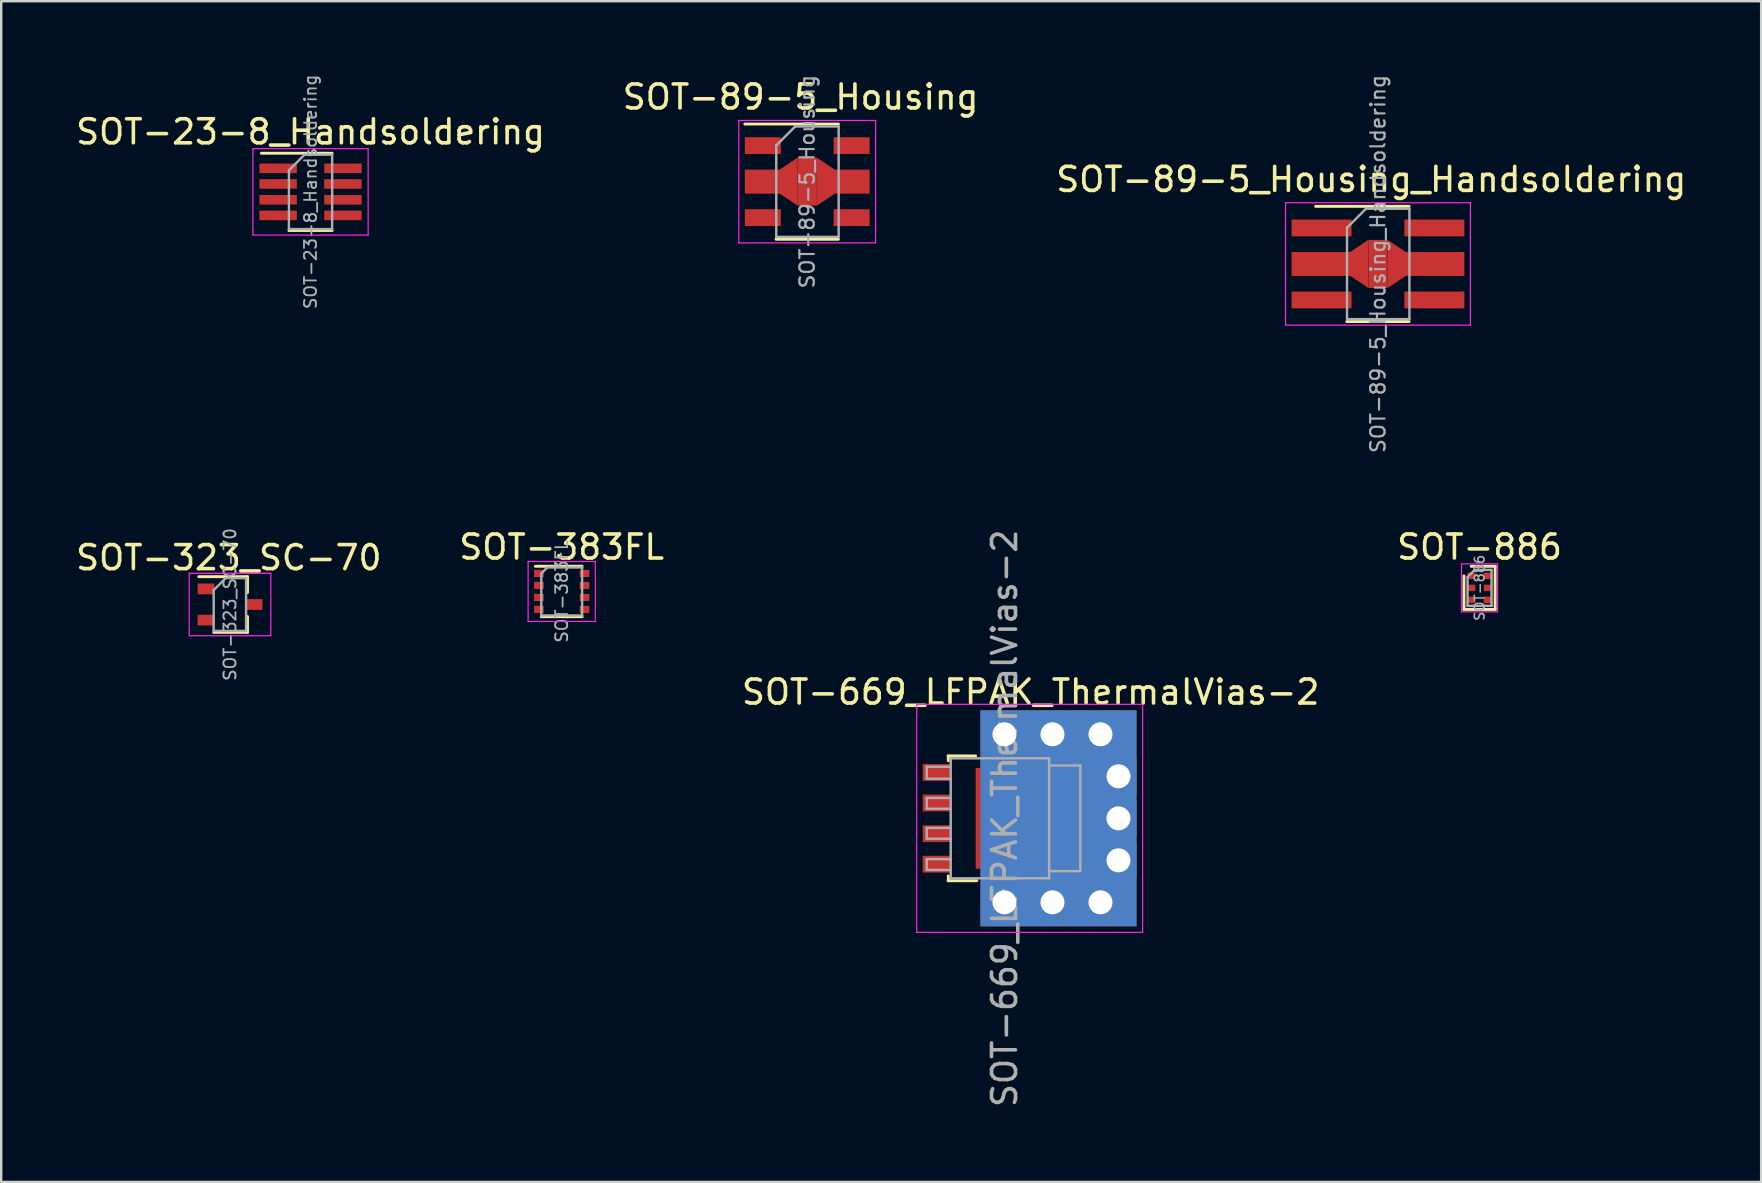
<source format=kicad_pcb>
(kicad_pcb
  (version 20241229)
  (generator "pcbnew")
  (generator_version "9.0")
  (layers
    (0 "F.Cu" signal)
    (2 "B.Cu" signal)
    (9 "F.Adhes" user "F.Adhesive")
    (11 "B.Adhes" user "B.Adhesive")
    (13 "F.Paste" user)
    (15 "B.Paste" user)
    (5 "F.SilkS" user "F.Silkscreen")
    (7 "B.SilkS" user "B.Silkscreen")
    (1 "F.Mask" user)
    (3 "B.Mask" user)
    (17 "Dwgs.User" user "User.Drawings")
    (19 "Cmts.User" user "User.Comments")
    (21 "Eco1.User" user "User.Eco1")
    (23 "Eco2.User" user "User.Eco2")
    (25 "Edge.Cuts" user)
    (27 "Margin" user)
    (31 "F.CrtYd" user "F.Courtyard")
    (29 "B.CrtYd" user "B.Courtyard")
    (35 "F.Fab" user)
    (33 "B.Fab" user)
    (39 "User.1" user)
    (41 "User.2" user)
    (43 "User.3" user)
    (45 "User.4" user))
  (footprint "SOT-886"
    (layer "F.Cu")
    (at 58.589 21.441)
    (property "Reference" "SOT-886" (at 0 -1.7 180) (layer "F.SilkS") (effects (font (size 1 1) (thickness 0.15))))
    (attr smd)
    (fp_line (start -0.65 -0.5) (end -0.65 0.9) (stroke (width 0.12) (type solid)) (layer "F.SilkS"))
    (fp_line (start -0.65 0.9) (end 0.65 0.9) (stroke (width 0.12) (type solid)) (layer "F.SilkS"))
    (fp_line (start 0.65 -0.9) (end -0.35 -0.9) (stroke (width 0.12) (type solid)) (layer "F.SilkS"))
    (fp_line (start 0.65 0.9) (end 0.65 -0.9) (stroke (width 0.12) (type solid)) (layer "F.SilkS"))
    (fp_line (start -0.75 -1) (end -0.75 1) (stroke (width 0.05) (type solid)) (layer "F.CrtYd"))
    (fp_line (start -0.75 -1) (end 0.75 -1) (stroke (width 0.05) (type solid)) (layer "F.CrtYd"))
    (fp_line (start 0.75 1) (end -0.75 1) (stroke (width 0.05) (type solid)) (layer "F.CrtYd"))
    (fp_line (start 0.75 1) (end 0.75 -1) (stroke (width 0.05) (type solid)) (layer "F.CrtYd"))
    (fp_line (start -0.5 -0.45) (end -0.5 0.75) (stroke (width 0.1) (type solid)) (layer "F.Fab"))
    (fp_line (start -0.5 0.75) (end 0.5 0.75) (stroke (width 0.1) (type solid)) (layer "F.Fab"))
    (fp_line (start -0.2 -0.75) (end -0.5 -0.45) (stroke (width 0.1) (type solid)) (layer "F.Fab"))
    (fp_line (start 0.5 -0.75) (end -0.2 -0.75) (stroke (width 0.1) (type solid)) (layer "F.Fab"))
    (fp_line (start 0.5 0.75) (end 0.5 -0.75) (stroke (width 0.1) (type solid)) (layer "F.Fab"))
    (fp_text user "${REFERENCE}" (at 0 0 90) (layer "F.Fab") (effects (font (size 0.4 0.4) (thickness 0.062))))
    (pad "1" smd rect (at -0.34 -0.5) (size 0.33 0.27) (layers "F.Cu" "F.Mask" "F.Paste"))
    (pad "2" smd rect (at -0.34 0) (size 0.33 0.27) (layers "F.Cu" "F.Mask" "F.Paste"))
    (pad "3" smd rect (at -0.34 0.5) (size 0.33 0.27) (layers "F.Cu" "F.Mask" "F.Paste"))
    (pad "4" smd rect (at 0.34 0.5) (size 0.33 0.27) (layers "F.Cu" "F.Mask" "F.Paste"))
    (pad "5" smd rect (at 0.34 0) (size 0.33 0.27) (layers "F.Cu" "F.Mask" "F.Paste"))
    (pad "6" smd rect (at 0.34 -0.5) (size 0.33 0.27) (layers "F.Cu" "F.Mask" "F.Paste")))
  (footprint "SOT-383FL"
    (layer "F.Cu")
    (at 20.351 21.591)
    (property "Reference" "SOT-383FL" (at 0 -1.85 0) (layer "F.SilkS") (effects (font (size 1 1) (thickness 0.15))))
    (attr smd)
    (fp_line (start -0.85 1.05) (end 0.85 1.05) (stroke (width 0.12) (type solid)) (layer "F.SilkS"))
    (fp_line (start 0.85 -1.05) (end -1.1 -1.05) (stroke (width 0.12) (type solid)) (layer "F.SilkS"))
    (fp_line (start -1.4 -1.25) (end -1.4 1.25) (stroke (width 0.05) (type solid)) (layer "F.CrtYd"))
    (fp_line (start -1.4 -1.25) (end 1.4 -1.25) (stroke (width 0.05) (type solid)) (layer "F.CrtYd"))
    (fp_line (start 1.4 1.25) (end -1.4 1.25) (stroke (width 0.05) (type solid)) (layer "F.CrtYd"))
    (fp_line (start 1.4 1.25) (end 1.4 -1.25) (stroke (width 0.05) (type solid)) (layer "F.CrtYd"))
    (fp_line (start -0.85 -0.75) (end -0.85 1) (stroke (width 0.1) (type solid)) (layer "F.Fab"))
    (fp_line (start -0.85 -0.75) (end -0.6 -1) (stroke (width 0.1) (type solid)) (layer "F.Fab"))
    (fp_line (start -0.85 1) (end 0.85 1) (stroke (width 0.1) (type solid)) (layer "F.Fab"))
    (fp_line (start -0.6 -1) (end 0.85 -1) (stroke (width 0.1) (type solid)) (layer "F.Fab"))
    (fp_line (start 0.85 1) (end 0.85 -1) (stroke (width 0.1) (type solid)) (layer "F.Fab"))
    (fp_text user "${REFERENCE}" (at 0 0 90) (layer "F.Fab") (effects (font (size 0.5 0.5) (thickness 0.075))))
    (pad "1" smd rect (at -0.95 -0.75) (size 0.4 0.3) (layers "F.Cu" "F.Mask" "F.Paste"))
    (pad "2" smd rect (at -0.95 -0.25) (size 0.4 0.3) (layers "F.Cu" "F.Mask" "F.Paste"))
    (pad "3" smd rect (at -0.95 0.25) (size 0.4 0.3) (layers "F.Cu" "F.Mask" "F.Paste"))
    (pad "4" smd rect (at -0.95 0.75) (size 0.4 0.3) (layers "F.Cu" "F.Mask" "F.Paste"))
    (pad "5" smd rect (at 0.95 0.75) (size 0.4 0.3) (layers "F.Cu" "F.Mask" "F.Paste"))
    (pad "6" smd rect (at 0.95 0.25) (size 0.4 0.3) (layers "F.Cu" "F.Mask" "F.Paste"))
    (pad "7" smd rect (at 0.95 -0.25) (size 0.4 0.3) (layers "F.Cu" "F.Mask" "F.Paste"))
    (pad "8" smd rect (at 0.95 -0.75) (size 0.4 0.3) (layers "F.Cu" "F.Mask" "F.Paste")))
  (footprint "SOT-89-5_Housing_Handsoldering"
    (layer "F.Cu")
    (at 54.357 7.946)
    (property "Reference" "SOT-89-5_Housing_Handsoldering" (at -0.28 -3.52 0) (layer "F.SilkS") (effects (font (size 1 1) (thickness 0.15))))
    (attr smd)
    (fp_line (start -2.6 -2.4) (end 1.3 -2.4) (stroke (width 0.12) (type solid)) (layer "F.SilkS"))
    (fp_line (start 1.3 2.4) (end -1.3 2.4) (stroke (width 0.12) (type solid)) (layer "F.SilkS"))
    (fp_line (start -3.85 -2.55) (end 3.85 -2.55) (stroke (width 0.05) (type solid)) (layer "F.CrtYd"))
    (fp_line (start -3.85 2.55) (end -3.85 -2.55) (stroke (width 0.05) (type solid)) (layer "F.CrtYd"))
    (fp_line (start -3.85 2.55) (end 3.85 2.55) (stroke (width 0.05) (type solid)) (layer "F.CrtYd"))
    (fp_line (start 3.85 -2.55) (end 3.85 2.55) (stroke (width 0.05) (type solid)) (layer "F.CrtYd"))
    (fp_line (start -1.29 -1.51) (end -0.5 -2.3) (stroke (width 0.1) (type solid)) (layer "F.Fab"))
    (fp_line (start -1.29 2.3) (end -1.29 -1.51) (stroke (width 0.1) (type solid)) (layer "F.Fab"))
    (fp_line (start -0.5 -2.3) (end 1.31 -2.3) (stroke (width 0.1) (type solid)) (layer "F.Fab"))
    (fp_line (start 1.31 -2.3) (end 1.31 2.3) (stroke (width 0.1) (type solid)) (layer "F.Fab"))
    (fp_line (start 1.31 2.3) (end -1.29 2.3) (stroke (width 0.1) (type solid)) (layer "F.Fab"))
    (fp_text user "${REFERENCE}" (at 0 0 90) (layer "F.Fab") (effects (font (size 0.6 0.6) (thickness 0.09))))
    (pad "1" smd rect (at -2.35 -1.5 270) (size 0.7 2.5) (layers "F.Cu" "F.Mask" "F.Paste"))
    (pad "2" smd rect (at -2.35 0 270) (size 1 2.5) (layers "F.Cu" "F.Mask" "F.Paste"))
    (pad "2" smd trapezoid (at -0.78 0 90) (size 1.5 0.75) (rect_delta 0 0.5) (layers "F.Cu" "F.Mask" "F.Paste"))
    (pad "2" smd rect (at 0 0 270) (size 2 0.8) (layers "F.Cu" "F.Mask" "F.Paste"))
    (pad "2" smd trapezoid (at 0.78 0 270) (size 1.5 0.75) (rect_delta 0 0.5) (layers "F.Cu" "F.Mask" "F.Paste"))
    (pad "2" smd rect (at 2.35 0 270) (size 1 2.5) (layers "F.Cu" "F.Mask" "F.Paste"))
    (pad "3" smd rect (at -2.35 1.5 270) (size 0.7 2.5) (layers "F.Cu" "F.Mask" "F.Paste"))
    (pad "4" smd rect (at 2.35 1.5 270) (size 0.7 2.5) (layers "F.Cu" "F.Mask" "F.Paste"))
    (pad "5" smd rect (at 2.35 -1.5 270) (size 0.7 2.5) (layers "F.Cu" "F.Mask" "F.Paste")))
  (footprint "SOT-323_SC-70"
    (layer "F.Cu")
    (at 6.532 22.134)
    (property "Reference" "SOT-323_SC-70" (at -0.05 -1.95 0) (layer "F.SilkS") (effects (font (size 1 1) (thickness 0.15))))
    (attr smd)
    (fp_line (start -0.68 1.16) (end 0.73 1.16) (stroke (width 0.12) (type solid)) (layer "F.SilkS"))
    (fp_line (start 0.73 -1.16) (end -1.3 -1.16) (stroke (width 0.12) (type solid)) (layer "F.SilkS"))
    (fp_line (start 0.73 -1.16) (end 0.73 -0.5) (stroke (width 0.12) (type solid)) (layer "F.SilkS"))
    (fp_line (start 0.73 0.5) (end 0.73 1.16) (stroke (width 0.12) (type solid)) (layer "F.SilkS"))
    (fp_line (start -1.7 -1.3) (end 1.7 -1.3) (stroke (width 0.05) (type solid)) (layer "F.CrtYd"))
    (fp_line (start -1.7 1.3) (end -1.7 -1.3) (stroke (width 0.05) (type solid)) (layer "F.CrtYd"))
    (fp_line (start 1.7 -1.3) (end 1.7 1.3) (stroke (width 0.05) (type solid)) (layer "F.CrtYd"))
    (fp_line (start 1.7 1.3) (end -1.7 1.3) (stroke (width 0.05) (type solid)) (layer "F.CrtYd"))
    (fp_line (start -0.68 -0.6) (end -0.68 1.1) (stroke (width 0.1) (type solid)) (layer "F.Fab"))
    (fp_line (start -0.18 -1.1) (end -0.68 -0.6) (stroke (width 0.1) (type solid)) (layer "F.Fab"))
    (fp_line (start 0.67 -1.1) (end -0.18 -1.1) (stroke (width 0.1) (type solid)) (layer "F.Fab"))
    (fp_line (start 0.67 -1.1) (end 0.67 1.1) (stroke (width 0.1) (type solid)) (layer "F.Fab"))
    (fp_line (start 0.67 1.1) (end -0.68 1.1) (stroke (width 0.1) (type solid)) (layer "F.Fab"))
    (fp_text user "${REFERENCE}" (at 0 0 90) (layer "F.Fab") (effects (font (size 0.5 0.5) (thickness 0.075))))
    (pad "1" smd rect (at -1 -0.65 270) (size 0.45 0.7) (layers "F.Cu" "F.Mask" "F.Paste"))
    (pad "2" smd rect (at -1 0.65 270) (size 0.45 0.7) (layers "F.Cu" "F.Mask" "F.Paste"))
    (pad "3" smd rect (at 1 0 270) (size 0.45 0.7) (layers "F.Cu" "F.Mask" "F.Paste")))
  (footprint "SOT-669_LFPAK_ThermalVias-2"
    (layer "F.Cu")
    (at 38.802 31.042)
    (property "Reference" "SOT-669_LFPAK_ThermalVias-2" (at 1.085 -5.26 0) (layer "F.SilkS") (effects (font (size 1 1) (thickness 0.15))))
    (attr smd)
    (fp_line (start -2.355 -2.6) (end -1.205 -2.6) (stroke (width 0.12) (type solid)) (layer "F.SilkS"))
    (fp_line (start -2.355 2.6) (end -1.155 2.6) (stroke (width 0.12) (type solid)) (layer "F.SilkS"))
    (fp_line (start -2.345 -2.6) (end -2.345 -2.4) (stroke (width 0.12) (type solid)) (layer "F.SilkS"))
    (fp_line (start -2.345 2.4) (end -2.345 2.6) (stroke (width 0.12) (type solid)) (layer "F.SilkS"))
    (fp_line (start -3.66 4.75) (end -3.66 -4.75) (stroke (width 0.05) (type solid)) (layer "F.CrtYd"))
    (fp_line (start -3.66 4.75) (end 5.75 4.75) (stroke (width 0.05) (type solid)) (layer "F.CrtYd"))
    (fp_line (start 5.75 -4.75) (end -3.66 -4.75) (stroke (width 0.05) (type solid)) (layer "F.CrtYd"))
    (fp_line (start 5.75 -4.75) (end 5.75 4.75) (stroke (width 0.05) (type solid)) (layer "F.CrtYd"))
    (fp_line (start -3.245 -2.15) (end -3.245 -1.65) (stroke (width 0.1) (type solid)) (layer "F.Fab"))
    (fp_line (start -3.245 -2.15) (end -2.245 -2.15) (stroke (width 0.1) (type solid)) (layer "F.Fab"))
    (fp_line (start -3.245 -1.65) (end -2.245 -1.65) (stroke (width 0.1) (type solid)) (layer "F.Fab"))
    (fp_line (start -3.245 -0.85) (end -3.245 -0.4) (stroke (width 0.1) (type solid)) (layer "F.Fab"))
    (fp_line (start -3.245 -0.4) (end -2.245 -0.4) (stroke (width 0.1) (type solid)) (layer "F.Fab"))
    (fp_line (start -3.245 0.4) (end -3.245 0.85) (stroke (width 0.1) (type solid)) (layer "F.Fab"))
    (fp_line (start -3.245 0.85) (end -2.245 0.85) (stroke (width 0.1) (type solid)) (layer "F.Fab"))
    (fp_line (start -3.245 1.7) (end -3.245 2.15) (stroke (width 0.1) (type solid)) (layer "F.Fab"))
    (fp_line (start -3.245 2.15) (end -2.245 2.15) (stroke (width 0.1) (type solid)) (layer "F.Fab"))
    (fp_line (start -2.245 -2.5) (end -2.245 2.5) (stroke (width 0.1) (type solid)) (layer "F.Fab"))
    (fp_line (start -2.245 -0.85) (end -3.245 -0.85) (stroke (width 0.1) (type solid)) (layer "F.Fab"))
    (fp_line (start -2.245 0.4) (end -3.245 0.4) (stroke (width 0.1) (type solid)) (layer "F.Fab"))
    (fp_line (start -2.245 1.7) (end -3.245 1.7) (stroke (width 0.1) (type solid)) (layer "F.Fab"))
    (fp_line (start -2.245 2.5) (end 1.855 2.5) (stroke (width 0.1) (type solid)) (layer "F.Fab"))
    (fp_line (start 1.855 -2.5) (end -2.245 -2.5) (stroke (width 0.1) (type solid)) (layer "F.Fab"))
    (fp_line (start 1.855 2.5) (end 1.855 -2.5) (stroke (width 0.1) (type solid)) (layer "F.Fab"))
    (fp_line (start 3.155 -2.2) (end 1.855 -2.2) (stroke (width 0.1) (type solid)) (layer "F.Fab"))
    (fp_line (start 3.155 -2.2) (end 3.155 2.2) (stroke (width 0.1) (type solid)) (layer "F.Fab"))
    (fp_line (start 3.155 2.2) (end 1.855 2.2) (stroke (width 0.1) (type solid)) (layer "F.Fab"))
    (fp_text user "${REFERENCE}" (at 0 0 90) (layer "F.Fab") (effects (font (size 1 1) (thickness 0.15))))
    (pad "1" smd rect (at -2.835 -1.91 270) (size 0.7 1.15) (layers "F.Cu" "F.Mask" "F.Paste"))
    (pad "2" smd rect (at -2.835 -0.64 270) (size 0.7 1.15) (layers "F.Cu" "F.Mask" "F.Paste"))
    (pad "3" smd rect (at -2.835 0.64 270) (size 0.7 1.15) (layers "F.Cu" "F.Mask" "F.Paste"))
    (pad "4" smd rect (at -2.835 1.91 270) (size 0.7 1.15) (layers "F.Cu" "F.Mask" "F.Paste"))
    (pad "5" smd rect (at -0.655 -1.15) (size 0.6 0.9) (layers "F.Cu" "F.Mask" "F.Paste"))
    (pad "5" smd rect (at -0.655 0) (size 0.6 0.9) (layers "F.Cu" "F.Mask" "F.Paste"))
    (pad "5" smd rect (at -0.655 1.15) (size 0.6 0.9) (layers "F.Cu" "F.Mask" "F.Paste"))
    (pad "5" thru_hole rect (at -0.005 -3.5 270) (size 1.5 1.5) (drill 1) (layers "*.Cu" "*.Mask"))
    (pad "5" thru_hole rect (at -0.005 3.5 270) (size 1.5 1.5) (drill 1) (layers "*.Cu" "*.Mask"))
    (pad "5" smd rect (at 0.195 -1.15) (size 0.6 0.9) (layers "F.Cu" "F.Mask" "F.Paste"))
    (pad "5" smd rect (at 0.195 0) (size 0.6 0.9) (layers "F.Cu" "F.Mask" "F.Paste"))
    (pad "5" smd rect (at 0.195 1.15) (size 0.6 0.9) (layers "F.Cu" "F.Mask" "F.Paste"))
    (pad "5" smd rect (at 0.445 0 270) (size 4.2 3.3) (layers "F.Cu" "F.Mask" "F.Paste"))
    (pad "5" smd rect (at 1.045 -1.15) (size 0.6 0.9) (layers "F.Cu" "F.Mask" "F.Paste"))
    (pad "5" smd rect (at 1.045 0) (size 0.6 0.9) (layers "F.Cu" "F.Mask" "F.Paste"))
    (pad "5" smd rect (at 1.045 1.15) (size 0.6 0.9) (layers "F.Cu" "F.Mask" "F.Paste"))
    (pad "5" thru_hole rect (at 1.995 -3.5 270) (size 1.5 1.5) (drill 1) (layers "*.Cu" "*.Mask"))
    (pad "5" thru_hole rect (at 1.995 3.5 270) (size 1.5 1.5) (drill 1) (layers "*.Cu" "*.Mask"))
    (pad "5" smd rect (at 2.245 0 270) (size 9 6.5) (layers "F.Cu" "F.Mask" "F.Paste"))
    (pad "5" smd rect (at 2.245 0 270) (size 9 6.5) (layers "B.Cu" "B.Mask" "B.Paste"))
    (pad "5" smd rect (at 2.645 0 270) (size 4.7 1.55) (layers "F.Cu" "F.Mask" "F.Paste"))
    (pad "5" smd rect (at 2.895 -1.88 270) (size 0.6 0.9) (layers "F.Cu" "F.Mask" "F.Paste"))
    (pad "5" smd rect (at 2.895 -0.6 270) (size 0.6 0.9) (layers "F.Cu" "F.Mask" "F.Paste"))
    (pad "5" smd rect (at 2.895 0.6 270) (size 0.6 0.9) (layers "F.Cu" "F.Mask" "F.Paste"))
    (pad "5" smd rect (at 2.895 1.88 270) (size 0.6 0.9) (layers "F.Cu" "F.Mask" "F.Paste"))
    (pad "5" thru_hole rect (at 3.995 -3.5 270) (size 1.5 1.5) (drill 1) (layers "*.Cu" "*.Mask"))
    (pad "5" thru_hole rect (at 3.995 3.5 270) (size 1.5 1.5) (drill 1) (layers "*.Cu" "*.Mask"))
    (pad "5" thru_hole rect (at 4.745 -1.75 270) (size 1.5 1.5) (drill 1) (layers "*.Cu" "*.Mask"))
    (pad "5" thru_hole rect (at 4.745 0 270) (size 1.5 1.5) (drill 1) (layers "*.Cu" "*.Mask"))
    (pad "5" thru_hole rect (at 4.745 1.75 270) (size 1.5 1.5) (drill 1) (layers "*.Cu" "*.Mask")))
  (footprint "SOT-89-5_Housing"
    (layer "F.Cu")
    (at 30.579 4.518)
    (property "Reference" "SOT-89-5_Housing" (at -0.275 -3.525 0) (layer "F.SilkS") (effects (font (size 1 1) (thickness 0.15))))
    (attr smd)
    (fp_line (start -2.6 -2.4) (end 1.3 -2.4) (stroke (width 0.12) (type solid)) (layer "F.SilkS"))
    (fp_line (start 1.3 2.4) (end -1.3 2.4) (stroke (width 0.12) (type solid)) (layer "F.SilkS"))
    (fp_line (start -2.85 2.55) (end -2.85 -2.55) (stroke (width 0.05) (type solid)) (layer "F.CrtYd"))
    (fp_line (start -2.85 2.55) (end 2.85 2.55) (stroke (width 0.05) (type solid)) (layer "F.CrtYd"))
    (fp_line (start 2.85 -2.55) (end -2.85 -2.55) (stroke (width 0.05) (type solid)) (layer "F.CrtYd"))
    (fp_line (start 2.85 -2.55) (end 2.85 2.55) (stroke (width 0.05) (type solid)) (layer "F.CrtYd"))
    (fp_line (start -1.29 -1.51) (end -0.5 -2.3) (stroke (width 0.1) (type solid)) (layer "F.Fab"))
    (fp_line (start -1.29 2.3) (end -1.29 -1.51) (stroke (width 0.1) (type solid)) (layer "F.Fab"))
    (fp_line (start -0.5 -2.3) (end 1.31 -2.3) (stroke (width 0.1) (type solid)) (layer "F.Fab"))
    (fp_line (start 1.31 -2.3) (end 1.31 2.3) (stroke (width 0.1) (type solid)) (layer "F.Fab"))
    (fp_line (start 1.31 2.3) (end -1.29 2.3) (stroke (width 0.1) (type solid)) (layer "F.Fab"))
    (fp_text user "${REFERENCE}" (at 0 0 90) (layer "F.Fab") (effects (font (size 0.6 0.6) (thickness 0.09))))
    (pad "1" smd rect (at -1.85 -1.5 270) (size 0.7 1.5) (layers "F.Cu" "F.Mask" "F.Paste"))
    (pad "2" smd rect (at -1.85 0 270) (size 1 1.5) (layers "F.Cu" "F.Mask" "F.Paste"))
    (pad "2" smd trapezoid (at -0.775 0 90) (size 1.5 0.75) (rect_delta 0 0.5) (layers "F.Cu" "F.Mask" "F.Paste"))
    (pad "2" smd rect (at 0 0 270) (size 2 0.8) (layers "F.Cu" "F.Mask" "F.Paste"))
    (pad "2" smd trapezoid (at 0.775 0 270) (size 1.5 0.75) (rect_delta 0 0.5) (layers "F.Cu" "F.Mask" "F.Paste"))
    (pad "2" smd rect (at 1.85 0 270) (size 1 1.5) (layers "F.Cu" "F.Mask" "F.Paste"))
    (pad "3" smd rect (at -1.85 1.5 270) (size 0.7 1.5) (layers "F.Cu" "F.Mask" "F.Paste"))
    (pad "4" smd rect (at 1.85 1.5 270) (size 0.7 1.5) (layers "F.Cu" "F.Mask" "F.Paste"))
    (pad "5" smd rect (at 1.85 -1.5 270) (size 0.7 1.5) (layers "F.Cu" "F.Mask" "F.Paste")))
  (footprint "SOT-23-8_Handsoldering"
    (layer "F.Cu")
    (at 9.887 4.943)
    (property "Reference" "SOT-23-8_Handsoldering" (at 0 -2.5 0) (layer "F.SilkS") (effects (font (size 1 1) (thickness 0.15))))
    (attr smd)
    (fp_line (start -0.9 1.61) (end 0.9 1.61) (stroke (width 0.12) (type solid)) (layer "F.SilkS"))
    (fp_line (start 0.9 -1.61) (end -2.05 -1.61) (stroke (width 0.12) (type solid)) (layer "F.SilkS"))
    (fp_line (start -2.4 -1.8) (end 2.4 -1.8) (stroke (width 0.05) (type solid)) (layer "F.CrtYd"))
    (fp_line (start -2.4 1.8) (end -2.4 -1.8) (stroke (width 0.05) (type solid)) (layer "F.CrtYd"))
    (fp_line (start 2.4 -1.8) (end 2.4 1.8) (stroke (width 0.05) (type solid)) (layer "F.CrtYd"))
    (fp_line (start 2.4 1.8) (end -2.4 1.8) (stroke (width 0.05) (type solid)) (layer "F.CrtYd"))
    (fp_line (start -0.9 -0.9) (end -0.9 1.55) (stroke (width 0.1) (type solid)) (layer "F.Fab"))
    (fp_line (start -0.9 -0.9) (end -0.25 -1.55) (stroke (width 0.1) (type solid)) (layer "F.Fab"))
    (fp_line (start 0.9 -1.55) (end -0.25 -1.55) (stroke (width 0.1) (type solid)) (layer "F.Fab"))
    (fp_line (start 0.9 -1.55) (end 0.9 1.55) (stroke (width 0.1) (type solid)) (layer "F.Fab"))
    (fp_line (start 0.9 1.55) (end -0.9 1.55) (stroke (width 0.1) (type solid)) (layer "F.Fab"))
    (fp_text user "${REFERENCE}" (at 0 0 90) (layer "F.Fab") (effects (font (size 0.5 0.5) (thickness 0.075))))
    (pad "1" smd rect (at -1.35 -0.98) (size 1.56 0.4) (layers "F.Cu" "F.Mask" "F.Paste"))
    (pad "2" smd rect (at -1.35 -0.33) (size 1.56 0.4) (layers "F.Cu" "F.Mask" "F.Paste"))
    (pad "3" smd rect (at -1.35 0.33) (size 1.56 0.4) (layers "F.Cu" "F.Mask" "F.Paste"))
    (pad "4" smd rect (at -1.35 0.98) (size 1.56 0.4) (layers "F.Cu" "F.Mask" "F.Paste"))
    (pad "5" smd rect (at 1.35 0.98) (size 1.56 0.4) (layers "F.Cu" "F.Mask" "F.Paste"))
    (pad "6" smd rect (at 1.35 0.33) (size 1.56 0.4) (layers "F.Cu" "F.Mask" "F.Paste"))
    (pad "7" smd rect (at 1.35 -0.33) (size 1.56 0.4) (layers "F.Cu" "F.Mask" "F.Paste"))
    (pad "8" smd rect (at 1.35 -0.98) (size 1.56 0.4) (layers "F.Cu" "F.Mask" "F.Paste")))
  (gr_rect
    (start -3 -3)
    (end 70.321 46.19)
    (stroke (width 0.1) (type default))
    (fill no)
    (layer "Edge.Cuts")))
</source>
